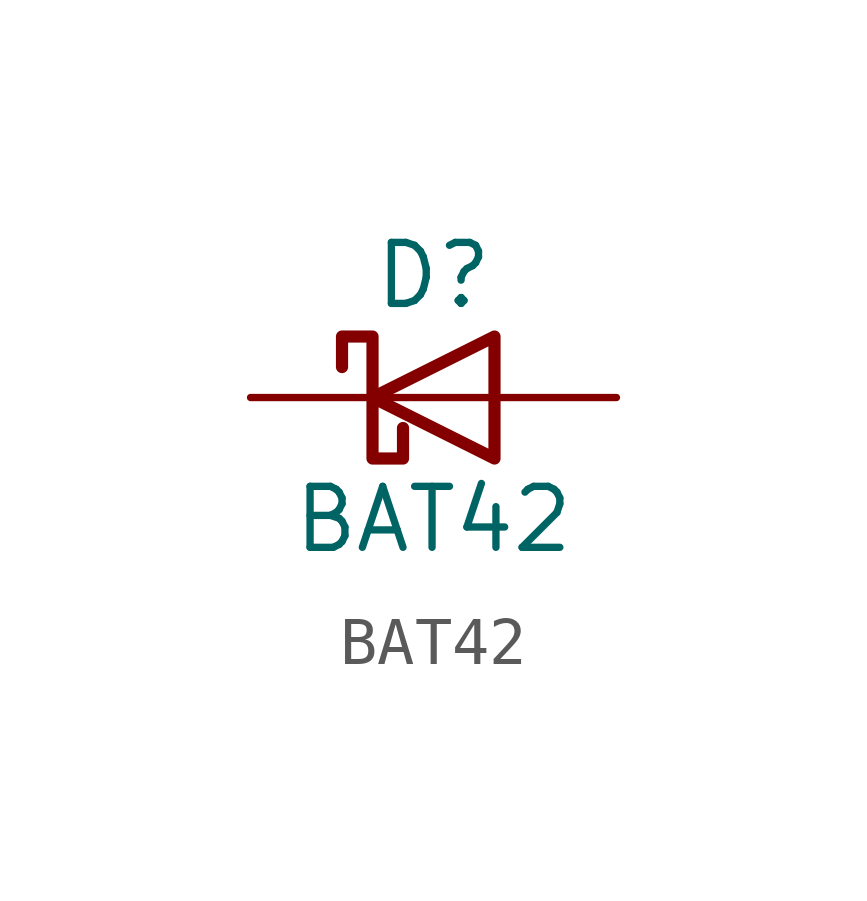
<source format=kicad_sym>
(kicad_symbol_lib
  (version 20241209)
  (generator "kicad_symbol_editor")
  (generator_version "9.0")
  (symbol "BAT42"
    (pin_numbers
      (hide yes))
    (pin_names
      (offset 1.016)
      (hide yes))
    (property "Reference" "D"
      (at 0 2.54 0)
      (effects (font (size 1.27 1.27))))
    (property "Value" "BAT42"
      (at 0 -2.54 0)
      (effects (font (size 1.27 1.27))))
    (symbol "BAT42_0_1"
      (polyline (pts (xy -1.905 0.635) (xy -1.905 1.27) (xy -1.27 1.27) (xy -1.27 -1.27) (xy -0.635 -1.27) (xy -0.635 -0.635)) (stroke (width 0.254) (type default)) (fill (type none)))
      (polyline (pts (xy 1.27 1.27) (xy 1.27 -1.27) (xy -1.27 0) (xy 1.27 1.27)) (stroke (width 0.254) (type default)) (fill (type none)))
      (polyline (pts (xy 1.27 0) (xy -1.27 0)) (stroke (width 0) (type default)) (fill (type none))))
    (symbol "BAT42_1_1"
      (pin passive line (at -3.81 0 0) (length 2.54) (name "K" (effects (font (size 1.27 1.27)))) (number "1" (effects (font (size 1.27 1.27)))))
      (pin passive line (at 3.81 0 180) (length 2.54) (name "A" (effects (font (size 1.27 1.27)))) (number "2" (effects (font (size 1.27 1.27))))))))
</source>
